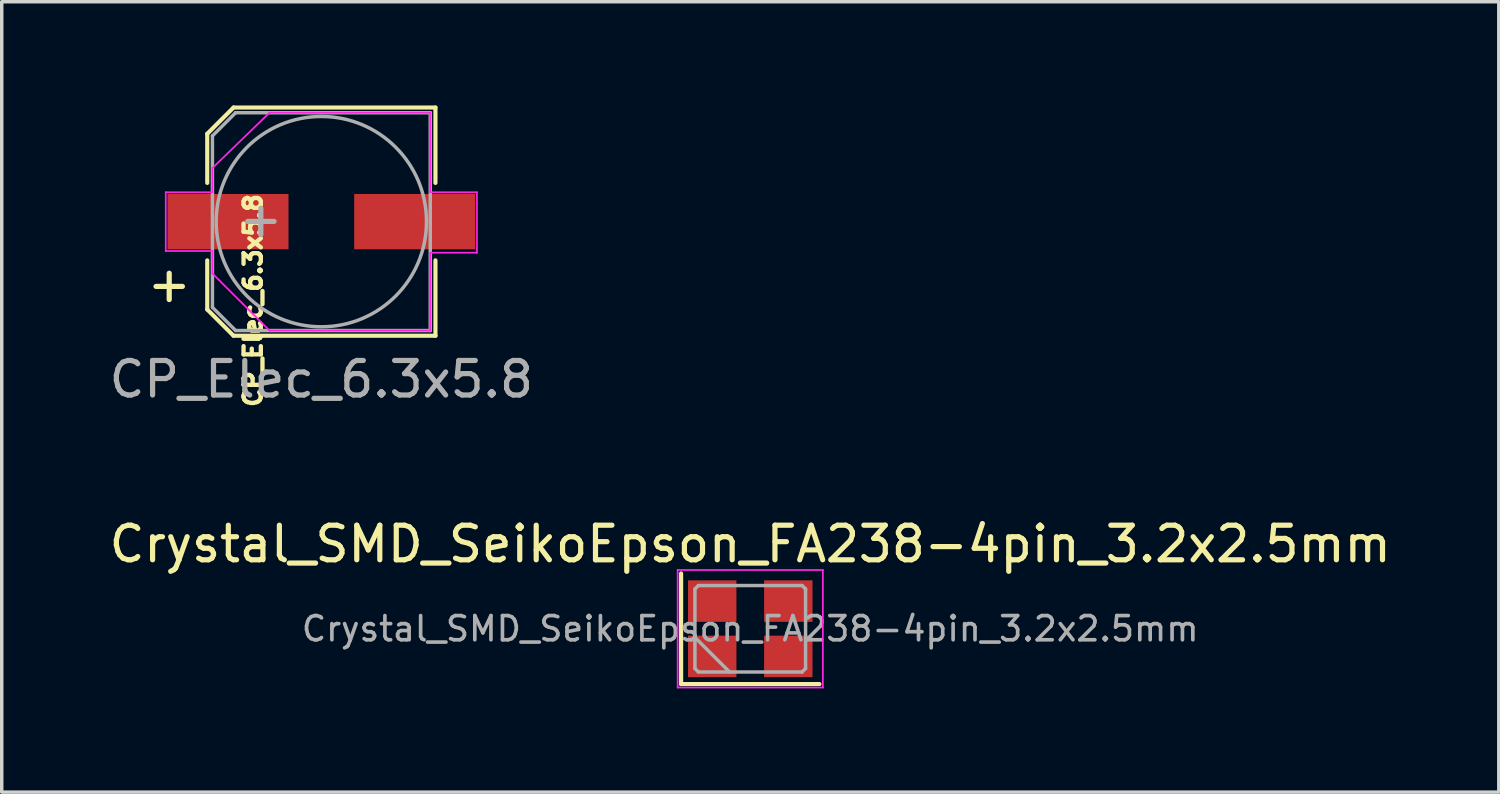
<source format=kicad_pcb>
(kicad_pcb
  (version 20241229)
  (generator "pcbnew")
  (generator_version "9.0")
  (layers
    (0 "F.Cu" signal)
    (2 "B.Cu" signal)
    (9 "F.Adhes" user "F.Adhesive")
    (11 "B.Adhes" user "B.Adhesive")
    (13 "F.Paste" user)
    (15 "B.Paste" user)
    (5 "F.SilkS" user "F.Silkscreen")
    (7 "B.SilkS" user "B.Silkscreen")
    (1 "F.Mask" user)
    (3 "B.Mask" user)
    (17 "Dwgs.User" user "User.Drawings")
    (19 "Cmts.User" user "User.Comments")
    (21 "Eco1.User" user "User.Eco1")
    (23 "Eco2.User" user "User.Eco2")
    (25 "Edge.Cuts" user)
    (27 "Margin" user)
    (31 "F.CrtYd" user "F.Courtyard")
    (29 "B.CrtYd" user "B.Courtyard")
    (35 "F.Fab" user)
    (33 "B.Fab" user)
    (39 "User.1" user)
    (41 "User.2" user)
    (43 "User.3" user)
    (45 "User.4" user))
  (footprint "CP_Elec_6.3x5.8"
    (layer "F.Cu")
    (at 6.244 3.36)
    (property "Reference" "CP_Elec_6.3x5.8" (at -1.975 2.28 270) (layer "F.SilkS") (effects (font (size 0.5 0.5) (thickness 0.125))))
    (attr smd)
    (fp_line (start -3.3 -2.54) (end -3.3 -1.12) (stroke (width 0.12) (type solid)) (layer "F.SilkS"))
    (fp_line (start -3.3 -2.54) (end -2.54 -3.3) (stroke (width 0.12) (type solid)) (layer "F.SilkS"))
    (fp_line (start -3.3 2.54) (end -3.3 1.12) (stroke (width 0.12) (type solid)) (layer "F.SilkS"))
    (fp_line (start -2.54 -3.3) (end 3.3 -3.3) (stroke (width 0.12) (type solid)) (layer "F.SilkS"))
    (fp_line (start -2.54 3.3) (end -3.3 2.54) (stroke (width 0.12) (type solid)) (layer "F.SilkS"))
    (fp_line (start 3.3 -3.3) (end 3.3 -1.12) (stroke (width 0.12) (type solid)) (layer "F.SilkS"))
    (fp_line (start 3.3 3.3) (end -2.54 3.3) (stroke (width 0.12) (type solid)) (layer "F.SilkS"))
    (fp_line (start 3.3 3.3) (end 3.3 1.12) (stroke (width 0.12) (type solid)) (layer "F.SilkS"))
    (fp_line (start -4.5 -0.85) (end -4.5 0.85) (stroke (width 0.05) (type solid)) (layer "F.CrtYd"))
    (fp_line (start -3.15 -1.55) (end -3.15 -0.85) (stroke (width 0.05) (type solid)) (layer "F.CrtYd"))
    (fp_line (start -3.15 -0.85) (end -4.5 -0.85) (stroke (width 0.05) (type solid)) (layer "F.CrtYd"))
    (fp_line (start -3.15 0.85) (end -4.5 0.85) (stroke (width 0.05) (type solid)) (layer "F.CrtYd"))
    (fp_line (start -3.15 1.5) (end -3.15 0.85) (stroke (width 0.05) (type solid)) (layer "F.CrtYd"))
    (fp_line (start -1.5 -3.15) (end -3.15 -1.55) (stroke (width 0.05) (type solid)) (layer "F.CrtYd"))
    (fp_line (start -1.5 -3.15) (end 3.15 -3.15) (stroke (width 0.05) (type solid)) (layer "F.CrtYd"))
    (fp_line (start -1.5 3.15) (end -3.15 1.5) (stroke (width 0.05) (type solid)) (layer "F.CrtYd"))
    (fp_line (start 3.15 -0.85) (end 3.15 -3.15) (stroke (width 0.05) (type solid)) (layer "F.CrtYd"))
    (fp_line (start 3.15 0.9) (end 4.5 0.9) (stroke (width 0.05) (type solid)) (layer "F.CrtYd"))
    (fp_line (start 3.15 3.15) (end -1.5 3.15) (stroke (width 0.05) (type solid)) (layer "F.CrtYd"))
    (fp_line (start 3.15 3.15) (end 3.15 0.9) (stroke (width 0.05) (type solid)) (layer "F.CrtYd"))
    (fp_line (start 4.5 -0.85) (end 3.15 -0.85) (stroke (width 0.05) (type solid)) (layer "F.CrtYd"))
    (fp_line (start 4.5 0.9) (end 4.5 -0.85) (stroke (width 0.05) (type solid)) (layer "F.CrtYd"))
    (fp_line (start -3.15 -2.48) (end -3.15 2.48) (stroke (width 0.1) (type solid)) (layer "F.Fab"))
    (fp_line (start -3.15 2.48) (end -2.48 3.15) (stroke (width 0.1) (type solid)) (layer "F.Fab"))
    (fp_line (start -2.48 -3.15) (end -3.15 -2.48) (stroke (width 0.1) (type solid)) (layer "F.Fab"))
    (fp_line (start -2.48 3.15) (end 3.15 3.15) (stroke (width 0.1) (type solid)) (layer "F.Fab"))
    (fp_line (start 3.15 -3.15) (end -2.48 -3.15) (stroke (width 0.1) (type solid)) (layer "F.Fab"))
    (fp_line (start 3.15 3.15) (end 3.15 -3.15) (stroke (width 0.1) (type solid)) (layer "F.Fab"))
    (fp_circle (center 0 0) (end 0.5 3) (stroke (width 0.1) (type solid)) (fill no) (layer "F.Fab"))
    (fp_text user "+" (at -4.4 1.8 180) (layer "F.SilkS") (effects (font (size 1 1) (thickness 0.15))))
    (fp_text user "${REFERENCE}" (at 0 4.56 180) (layer "F.Fab") (effects (font (size 1 1) (thickness 0.15))))
    (fp_text user "+" (at -1.75 -0.08 180) (layer "F.Fab") (effects (font (size 1 1) (thickness 0.15))))
    (pad "1" smd rect (at -2.7 0 180) (size 3.5 1.6) (layers "F.Cu" "F.Mask" "F.Paste"))
    (pad "2" smd rect (at 2.7 0 180) (size 3.5 1.6) (layers "F.Cu" "F.Mask" "F.Paste")))
  (footprint "Crystal_SMD_SeikoEpson_FA238-4pin_3.2x2.5mm"
    (layer "F.Cu")
    (at 18.649 15.135)
    (property "Reference" "Crystal_SMD_SeikoEpson_FA238-4pin_3.2x2.5mm" (at 0 -2.45 0) (layer "F.SilkS") (effects (font (size 1 1) (thickness 0.15))))
    (attr smd)
    (fp_line (start -2 -1.6) (end -2 1.6) (stroke (width 0.12) (type solid)) (layer "F.SilkS"))
    (fp_line (start -2 1.6) (end 2 1.6) (stroke (width 0.12) (type solid)) (layer "F.SilkS"))
    (fp_line (start -2.1 -1.7) (end -2.1 1.7) (stroke (width 0.05) (type solid)) (layer "F.CrtYd"))
    (fp_line (start -2.1 1.7) (end 2.1 1.7) (stroke (width 0.05) (type solid)) (layer "F.CrtYd"))
    (fp_line (start 2.1 -1.7) (end -2.1 -1.7) (stroke (width 0.05) (type solid)) (layer "F.CrtYd"))
    (fp_line (start 2.1 1.7) (end 2.1 -1.7) (stroke (width 0.05) (type solid)) (layer "F.CrtYd"))
    (fp_line (start -1.6 -1.15) (end -1.5 -1.25) (stroke (width 0.1) (type solid)) (layer "F.Fab"))
    (fp_line (start -1.6 0.25) (end -0.6 1.25) (stroke (width 0.1) (type solid)) (layer "F.Fab"))
    (fp_line (start -1.6 1.15) (end -1.6 -1.15) (stroke (width 0.1) (type solid)) (layer "F.Fab"))
    (fp_line (start -1.5 -1.25) (end 1.5 -1.25) (stroke (width 0.1) (type solid)) (layer "F.Fab"))
    (fp_line (start -1.5 1.25) (end -1.6 1.15) (stroke (width 0.1) (type solid)) (layer "F.Fab"))
    (fp_line (start 1.5 -1.25) (end 1.6 -1.15) (stroke (width 0.1) (type solid)) (layer "F.Fab"))
    (fp_line (start 1.5 1.25) (end -1.5 1.25) (stroke (width 0.1) (type solid)) (layer "F.Fab"))
    (fp_line (start 1.6 -1.15) (end 1.6 1.15) (stroke (width 0.1) (type solid)) (layer "F.Fab"))
    (fp_line (start 1.6 1.15) (end 1.5 1.25) (stroke (width 0.1) (type solid)) (layer "F.Fab"))
    (fp_text user "${REFERENCE}" (at 0 0 0) (layer "F.Fab") (effects (font (size 0.7 0.7) (thickness 0.105))))
    (pad "1" smd rect (at -1.1 0.8) (size 1.4 1.2) (layers "F.Cu" "F.Mask" "F.Paste"))
    (pad "2" smd rect (at -1.1 -0.8) (size 1.4 1.2) (layers "F.Cu" "F.Mask" "F.Paste"))
    (pad "2" smd rect (at 1.1 0.8) (size 1.4 1.2) (layers "F.Cu" "F.Mask" "F.Paste"))
    (pad "3" smd rect (at 1.1 -0.8) (size 1.4 1.2) (layers "F.Cu" "F.Mask" "F.Paste")))
  (gr_rect
    (start -3 -3)
    (end 40.298 19.86)
    (stroke (width 0.1) (type default))
    (fill no)
    (layer "Edge.Cuts")))
</source>
